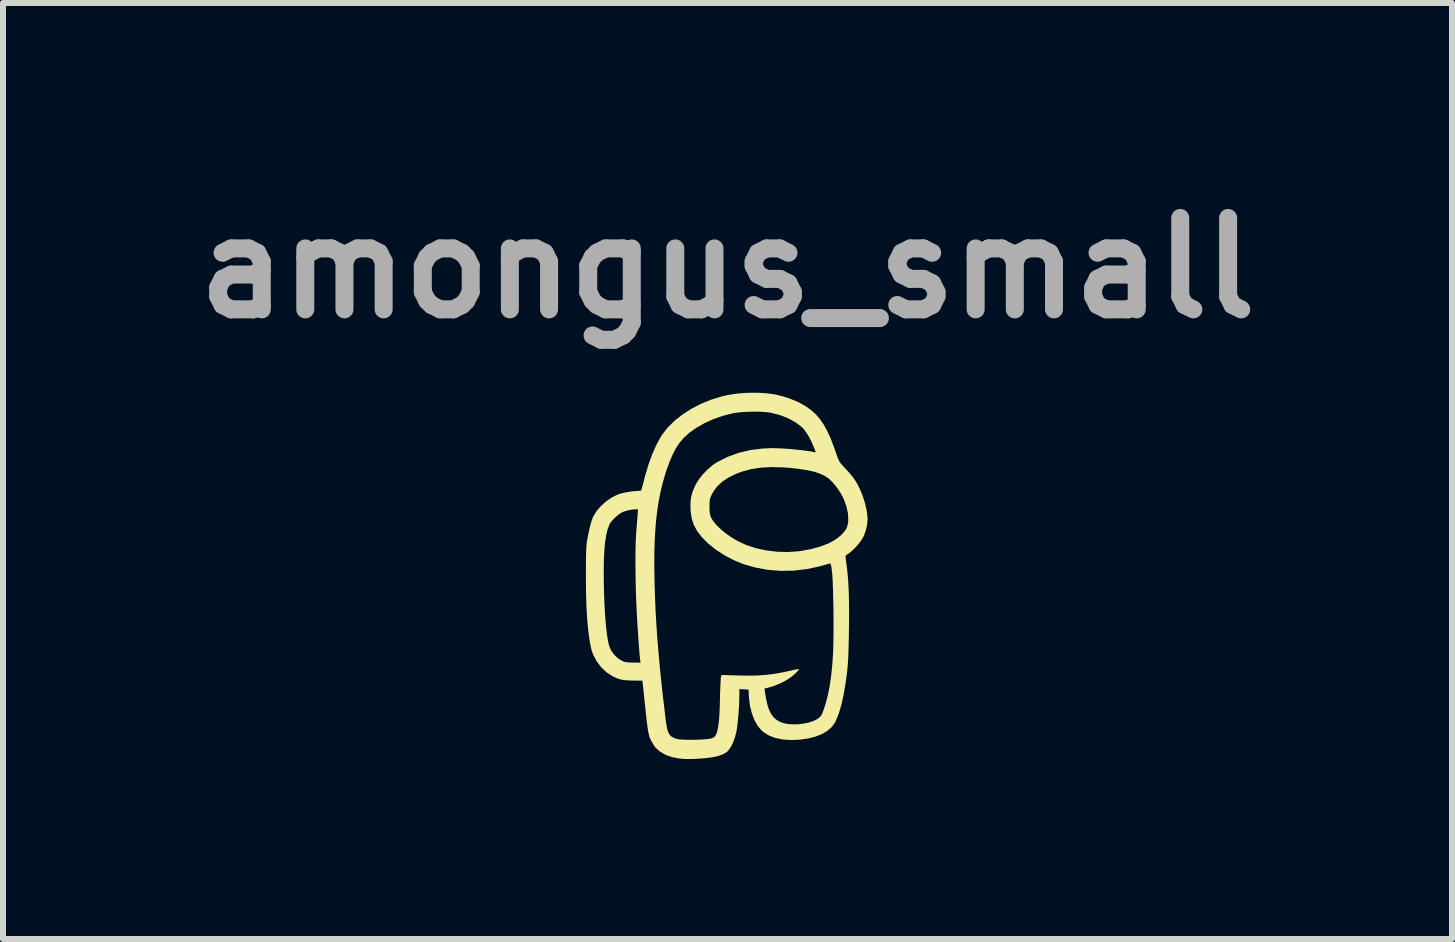
<source format=kicad_pcb>
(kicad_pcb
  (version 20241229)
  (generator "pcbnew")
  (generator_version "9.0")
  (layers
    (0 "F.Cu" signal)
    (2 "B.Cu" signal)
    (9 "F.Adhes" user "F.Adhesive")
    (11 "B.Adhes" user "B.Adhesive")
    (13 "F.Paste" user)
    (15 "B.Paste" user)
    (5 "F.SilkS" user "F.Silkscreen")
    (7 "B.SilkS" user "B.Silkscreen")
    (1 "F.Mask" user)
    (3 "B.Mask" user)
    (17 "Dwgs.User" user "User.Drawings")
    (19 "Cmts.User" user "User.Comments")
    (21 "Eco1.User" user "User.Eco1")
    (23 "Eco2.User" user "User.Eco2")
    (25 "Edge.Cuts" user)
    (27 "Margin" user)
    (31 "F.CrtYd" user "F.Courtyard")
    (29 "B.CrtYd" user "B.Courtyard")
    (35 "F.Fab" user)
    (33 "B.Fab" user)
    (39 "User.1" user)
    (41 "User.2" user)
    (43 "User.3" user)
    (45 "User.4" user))
  (footprint "amongus_small"
    (layer "F.Cu")
    (at 9.079 6.498)
    (property "Reference" "amongus_small" (at 0 -5.08 0) (layer "F.Fab") (effects (font (size 1.524 1.524) (thickness 0.3))))
    (attr board_only exclude_from_pos_files exclude_from_bom)
    (fp_poly (pts (xy 0.648 -2.992) (xy 0.796 -2.971) (xy 0.817 -2.967) (xy 0.92 -2.941) (xy 1.03 -2.906) (xy 1.135 -2.864) (xy 1.207 -2.83) (xy 1.307 -2.773) (xy 1.395 -2.71) (xy 1.473 -2.639) (xy 1.543 -2.558) (xy 1.607 -2.464) (xy 1.666 -2.355) (xy 1.724 -2.227) (xy 1.78 -2.078) (xy 1.806 -2.003) (xy 1.828 -1.94) (xy 1.846 -1.894) (xy 1.863 -1.859) (xy 1.883 -1.828) (xy 1.91 -1.796) (xy 1.948 -1.755) (xy 1.956 -1.746) (xy 2.03 -1.666) (xy 2.088 -1.595) (xy 2.135 -1.529) (xy 2.174 -1.461) (xy 2.2 -1.409) (xy 2.252 -1.285) (xy 2.292 -1.159) (xy 2.32 -1.038) (xy 2.333 -0.927) (xy 2.335 -0.886) (xy 2.327 -0.799) (xy 2.306 -0.706) (xy 2.275 -0.62) (xy 2.259 -0.589) (xy 2.224 -0.533) (xy 2.178 -0.472) (xy 2.125 -0.413) (xy 2.071 -0.361) (xy 2.023 -0.323) (xy 2.017 -0.319) (xy 1.987 -0.299) (xy 1.969 -0.281) (xy 1.966 -0.276) (xy 1.968 -0.258) (xy 1.972 -0.223) (xy 1.979 -0.174) (xy 1.984 -0.134) (xy 1.997 -0.026) (xy 2.008 0.091) (xy 2.016 0.217) (xy 2.022 0.357) (xy 2.025 0.512) (xy 2.026 0.686) (xy 2.025 0.88) (xy 2.024 0.932) (xy 2.022 1.077) (xy 2.019 1.201) (xy 2.016 1.308) (xy 2.013 1.401) (xy 2.008 1.485) (xy 2.002 1.562) (xy 1.995 1.636) (xy 1.986 1.712) (xy 1.975 1.792) (xy 1.965 1.862) (xy 1.935 2.037) (xy 1.9 2.194) (xy 1.86 2.332) (xy 1.815 2.448) (xy 1.79 2.5) (xy 1.738 2.572) (xy 1.665 2.636) (xy 1.574 2.69) (xy 1.465 2.733) (xy 1.342 2.764) (xy 1.207 2.783) (xy 1.07 2.789) (xy 0.925 2.781) (xy 0.797 2.755) (xy 0.688 2.713) (xy 0.596 2.655) (xy 0.559 2.621) (xy 0.498 2.546) (xy 0.446 2.452) (xy 0.405 2.342) (xy 0.375 2.223) (xy 0.359 2.097) (xy 0.358 2.085) (xy 0.35 1.948) (xy 0.273 1.944) (xy 0.197 1.94) (xy 0.197 2.051) (xy 0.195 2.142) (xy 0.19 2.243) (xy 0.183 2.348) (xy 0.174 2.45) (xy 0.164 2.544) (xy 0.153 2.623) (xy 0.147 2.654) (xy 0.124 2.744) (xy 0.093 2.829) (xy 0.056 2.903) (xy 0.016 2.961) (xy -0.006 2.984) (xy -0.066 3.023) (xy -0.148 3.054) (xy -0.252 3.077) (xy -0.378 3.093) (xy -0.43 3.097) (xy -0.523 3.103) (xy -0.598 3.106) (xy -0.659 3.106) (xy -0.713 3.105) (xy -0.766 3.101) (xy -0.814 3.096) (xy -0.929 3.074) (xy -1.034 3.036) (xy -1.124 2.984) (xy -1.195 2.921) (xy -1.204 2.911) (xy -1.228 2.877) (xy -1.255 2.832) (xy -1.276 2.795) (xy -1.289 2.769) (xy -1.3 2.741) (xy -1.309 2.709) (xy -1.318 2.67) (xy -1.327 2.62) (xy -1.336 2.559) (xy -1.346 2.482) (xy -1.357 2.387) (xy -1.369 2.272) (xy -1.376 2.203) (xy -1.385 2.122) (xy -1.393 2.044) (xy -1.4 1.974) (xy -1.406 1.917) (xy -1.41 1.88) (xy -1.419 1.8) (xy -1.575 1.798) (xy -1.66 1.795) (xy -1.726 1.79) (xy -1.782 1.78) (xy -1.832 1.764) (xy -1.885 1.741) (xy -1.922 1.723) (xy -2.02 1.658) (xy -2.108 1.574) (xy -2.183 1.474) (xy -2.241 1.363) (xy -2.267 1.29) (xy -2.281 1.231) (xy -2.296 1.153) (xy -2.31 1.059) (xy -2.323 0.954) (xy -2.334 0.844) (xy -2.343 0.732) (xy -2.347 0.664) (xy -2.352 0.572) (xy -2.355 0.469) (xy -2.358 0.356) (xy -2.36 0.238) (xy -2.361 0.118) (xy -2.361 -0.001) (xy -2.361 -0.043) (xy -2.064 -0.043) (xy -2.063 0.142) (xy -2.059 0.32) (xy -2.053 0.491) (xy -2.045 0.651) (xy -2.034 0.798) (xy -2.022 0.931) (xy -2.008 1.046) (xy -1.992 1.141) (xy -1.975 1.215) (xy -1.973 1.223) (xy -1.939 1.299) (xy -1.887 1.37) (xy -1.822 1.431) (xy -1.75 1.474) (xy -1.727 1.484) (xy -1.698 1.49) (xy -1.653 1.495) (xy -1.598 1.498) (xy -1.569 1.498) (xy -1.449 1.499) (xy -1.456 1.459) (xy -1.46 1.424) (xy -1.466 1.367) (xy -1.472 1.293) (xy -1.479 1.205) (xy -1.486 1.105) (xy -1.493 0.999) (xy -1.501 0.888) (xy -1.507 0.776) (xy -1.513 0.668) (xy -1.518 0.566) (xy -1.522 0.473) (xy -1.523 0.449) (xy -1.528 0.297) (xy -1.532 0.142) (xy -1.534 -0.01) (xy -1.535 -0.089) (xy -1.221 -0.089) (xy -1.216 0.178) (xy -1.216 0.187) (xy -1.209 0.406) (xy -1.2 0.621) (xy -1.188 0.837) (xy -1.173 1.057) (xy -1.155 1.284) (xy -1.134 1.521) (xy -1.109 1.771) (xy -1.08 2.038) (xy -1.046 2.324) (xy -1.033 2.437) (xy -1.02 2.531) (xy -1.006 2.605) (xy -0.988 2.66) (xy -0.965 2.701) (xy -0.935 2.731) (xy -0.896 2.753) (xy -0.846 2.771) (xy -0.84 2.773) (xy -0.802 2.779) (xy -0.746 2.783) (xy -0.676 2.785) (xy -0.598 2.786) (xy -0.517 2.784) (xy -0.438 2.781) (xy -0.367 2.777) (xy -0.31 2.77) (xy -0.271 2.763) (xy -0.27 2.763) (xy -0.23 2.746) (xy -0.205 2.722) (xy -0.194 2.703) (xy -0.177 2.659) (xy -0.162 2.603) (xy -0.151 2.533) (xy -0.141 2.447) (xy -0.134 2.342) (xy -0.129 2.216) (xy -0.126 2.101) (xy -0.124 2.011) (xy -0.121 1.928) (xy -0.118 1.855) (xy -0.115 1.796) (xy -0.112 1.755) (xy -0.109 1.734) (xy -0.109 1.734) (xy -0.098 1.705) (xy 0.182 1.713) (xy 0.342 1.716) (xy 0.487 1.714) (xy 0.621 1.705) (xy 0.754 1.69) (xy 0.891 1.667) (xy 1.041 1.635) (xy 1.115 1.618) (xy 1.154 1.61) (xy 1.182 1.607) (xy 1.192 1.609) (xy 1.184 1.622) (xy 1.162 1.647) (xy 1.131 1.679) (xy 1.123 1.687) (xy 1.056 1.743) (xy 0.971 1.798) (xy 0.874 1.847) (xy 0.773 1.888) (xy 0.679 1.916) (xy 0.616 1.931) (xy 0.622 1.976) (xy 0.642 2.1) (xy 0.665 2.203) (xy 0.693 2.286) (xy 0.726 2.353) (xy 0.766 2.407) (xy 0.815 2.451) (xy 0.853 2.476) (xy 0.918 2.504) (xy 0.996 2.521) (xy 1.083 2.528) (xy 1.175 2.527) (xy 1.267 2.516) (xy 1.354 2.498) (xy 1.433 2.472) (xy 1.498 2.439) (xy 1.546 2.4) (xy 1.561 2.38) (xy 1.581 2.341) (xy 1.603 2.282) (xy 1.627 2.21) (xy 1.65 2.131) (xy 1.67 2.05) (xy 1.682 1.995) (xy 1.705 1.875) (xy 1.723 1.752) (xy 1.738 1.624) (xy 1.75 1.488) (xy 1.759 1.341) (xy 1.764 1.18) (xy 1.767 1.003) (xy 1.767 0.806) (xy 1.766 0.642) (xy 1.763 0.481) (xy 1.76 0.342) (xy 1.756 0.224) (xy 1.752 0.124) (xy 1.747 0.04) (xy 1.74 -0.028) (xy 1.733 -0.085) (xy 1.725 -0.127) (xy 1.716 -0.151) (xy 1.702 -0.154) (xy 1.698 -0.153) (xy 1.678 -0.146) (xy 1.64 -0.135) (xy 1.591 -0.121) (xy 1.551 -0.11) (xy 1.332 -0.062) (xy 1.109 -0.035) (xy 0.886 -0.031) (xy 0.666 -0.049) (xy 0.452 -0.089) (xy 0.269 -0.142) (xy 0.105 -0.209) (xy -0.053 -0.292) (xy -0.199 -0.387) (xy -0.33 -0.493) (xy -0.434 -0.599) (xy -0.508 -0.697) (xy -0.562 -0.796) (xy -0.597 -0.902) (xy -0.615 -1.02) (xy -0.618 -1.1) (xy -0.301 -1.1) (xy -0.299 -1.036) (xy -0.295 -0.989) (xy -0.287 -0.952) (xy -0.274 -0.919) (xy -0.237 -0.858) (xy -0.182 -0.792) (xy -0.111 -0.723) (xy -0.027 -0.655) (xy 0.064 -0.59) (xy 0.161 -0.532) (xy 0.162 -0.531) (xy 0.308 -0.463) (xy 0.47 -0.41) (xy 0.643 -0.372) (xy 0.822 -0.35) (xy 1.003 -0.345) (xy 1.182 -0.357) (xy 1.226 -0.363) (xy 1.397 -0.395) (xy 1.549 -0.437) (xy 1.682 -0.488) (xy 1.793 -0.548) (xy 1.883 -0.617) (xy 1.892 -0.626) (xy 1.943 -0.68) (xy 1.977 -0.727) (xy 1.998 -0.776) (xy 2.009 -0.834) (xy 2.013 -0.873) (xy 2.008 -0.985) (xy 1.982 -1.106) (xy 1.935 -1.234) (xy 1.926 -1.253) (xy 1.892 -1.317) (xy 1.846 -1.388) (xy 1.794 -1.457) (xy 1.74 -1.519) (xy 1.691 -1.567) (xy 1.684 -1.572) (xy 1.619 -1.615) (xy 1.54 -1.652) (xy 1.444 -1.684) (xy 1.331 -1.709) (xy 1.198 -1.73) (xy 1.044 -1.747) (xy 0.925 -1.756) (xy 0.733 -1.761) (xy 0.558 -1.752) (xy 0.396 -1.727) (xy 0.244 -1.687) (xy 0.15 -1.652) (xy 0.022 -1.59) (xy -0.084 -1.521) (xy -0.169 -1.443) (xy -0.235 -1.354) (xy -0.263 -1.303) (xy -0.281 -1.263) (xy -0.292 -1.23) (xy -0.298 -1.195) (xy -0.3 -1.15) (xy -0.301 -1.1) (xy -0.618 -1.1) (xy -0.618 -1.106) (xy -0.616 -1.196) (xy -0.605 -1.273) (xy -0.584 -1.347) (xy -0.552 -1.426) (xy -0.525 -1.481) (xy -0.476 -1.559) (xy -0.41 -1.641) (xy -0.334 -1.72) (xy -0.253 -1.79) (xy -0.177 -1.842) (xy -0.003 -1.93) (xy 0.184 -1.998) (xy 0.382 -2.045) (xy 0.589 -2.071) (xy 0.737 -2.077) (xy 0.822 -2.075) (xy 0.918 -2.071) (xy 1.019 -2.064) (xy 1.121 -2.055) (xy 1.218 -2.045) (xy 1.307 -2.034) (xy 1.383 -2.023) (xy 1.44 -2.011) (xy 1.453 -2.008) (xy 1.465 -2.006) (xy 1.468 -2.013) (xy 1.462 -2.034) (xy 1.45 -2.067) (xy 1.393 -2.198) (xy 1.335 -2.305) (xy 1.276 -2.388) (xy 1.24 -2.426) (xy 1.139 -2.504) (xy 1.019 -2.571) (xy 0.883 -2.625) (xy 0.735 -2.664) (xy 0.712 -2.668) (xy 0.636 -2.678) (xy 0.543 -2.684) (xy 0.44 -2.685) (xy 0.334 -2.683) (xy 0.232 -2.677) (xy 0.14 -2.667) (xy 0.078 -2.656) (xy -0.084 -2.614) (xy -0.241 -2.558) (xy -0.388 -2.491) (xy -0.523 -2.414) (xy -0.641 -2.33) (xy -0.737 -2.241) (xy -0.801 -2.165) (xy -0.859 -2.077) (xy -0.913 -1.974) (xy -0.965 -1.854) (xy -1.016 -1.714) (xy -1.037 -1.649) (xy -1.083 -1.489) (xy -1.122 -1.323) (xy -1.155 -1.149) (xy -1.181 -0.966) (xy -1.2 -0.771) (xy -1.213 -0.561) (xy -1.22 -0.335) (xy -1.221 -0.089) (xy -1.535 -0.089) (xy -1.535 -0.158) (xy -1.535 -0.297) (xy -1.533 -0.424) (xy -1.53 -0.535) (xy -1.525 -0.627) (xy -1.523 -0.664) (xy -1.517 -0.738) (xy -1.511 -0.817) (xy -1.505 -0.892) (xy -1.501 -0.937) (xy -1.493 -1.057) (xy -1.538 -1.057) (xy -1.604 -1.051) (xy -1.676 -1.036) (xy -1.742 -1.014) (xy -1.762 -1.005) (xy -1.806 -0.977) (xy -1.855 -0.937) (xy -1.903 -0.891) (xy -1.943 -0.846) (xy -1.966 -0.81) (xy -1.997 -0.732) (xy -2.022 -0.63) (xy -2.042 -0.504) (xy -2.055 -0.355) (xy -2.062 -0.182) (xy -2.064 -0.043) (xy -2.361 -0.043) (xy -2.361 -0.115) (xy -2.36 -0.221) (xy -2.358 -0.315) (xy -2.355 -0.395) (xy -2.352 -0.456) (xy -2.348 -0.492) (xy -2.331 -0.596) (xy -2.31 -0.698) (xy -2.287 -0.792) (xy -2.264 -0.872) (xy -2.24 -0.933) (xy -2.235 -0.943) (xy -2.184 -1.027) (xy -2.114 -1.108) (xy -2.031 -1.184) (xy -1.94 -1.248) (xy -1.848 -1.296) (xy -1.801 -1.314) (xy -1.735 -1.331) (xy -1.658 -1.346) (xy -1.579 -1.357) (xy -1.509 -1.363) (xy -1.486 -1.364) (xy -1.454 -1.366) (xy -1.438 -1.376) (xy -1.43 -1.398) (xy -1.375 -1.612) (xy -1.318 -1.803) (xy -1.257 -1.971) (xy -1.192 -2.119) (xy -1.124 -2.247) (xy -1.089 -2.303) (xy -0.996 -2.422) (xy -0.882 -2.534) (xy -0.75 -2.638) (xy -0.603 -2.733) (xy -0.443 -2.816) (xy -0.273 -2.885) (xy -0.097 -2.939) (xy -0.002 -2.961) (xy 0.154 -2.986) (xy 0.319 -2.999) (xy 0.486 -3.001)) (stroke (width 0) (type solid)) (fill yes) (layer "F.SilkS")))
  (gr_rect
    (start -3 -3)
    (end 21.157 12.604)
    (stroke (width 0.1) (type default))
    (fill no)
    (layer "Edge.Cuts")))
</source>
